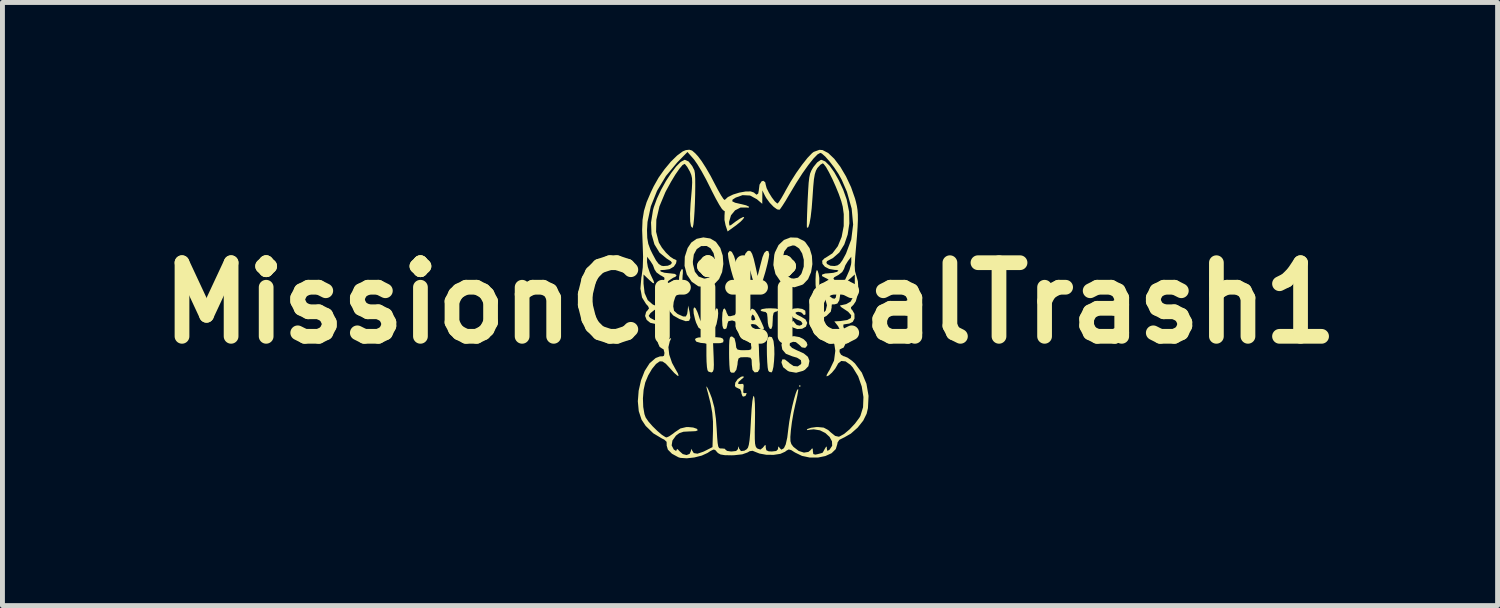
<source format=kicad_pcb>
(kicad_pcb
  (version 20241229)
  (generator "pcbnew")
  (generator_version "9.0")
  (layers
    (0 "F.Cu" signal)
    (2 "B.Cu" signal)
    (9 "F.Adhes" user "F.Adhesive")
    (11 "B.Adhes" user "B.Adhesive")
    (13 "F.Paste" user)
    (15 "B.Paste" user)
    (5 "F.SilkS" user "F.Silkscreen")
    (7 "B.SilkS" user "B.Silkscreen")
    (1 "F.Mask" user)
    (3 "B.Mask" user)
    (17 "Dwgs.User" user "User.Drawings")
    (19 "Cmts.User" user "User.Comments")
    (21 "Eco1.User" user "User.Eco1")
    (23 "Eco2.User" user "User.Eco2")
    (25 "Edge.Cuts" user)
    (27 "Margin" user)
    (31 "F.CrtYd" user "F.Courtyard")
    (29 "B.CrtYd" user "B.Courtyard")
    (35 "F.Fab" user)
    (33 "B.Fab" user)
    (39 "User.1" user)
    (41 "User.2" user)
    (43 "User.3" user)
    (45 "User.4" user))
  (footprint "MissionCriticalTrash1"
    (layer "F.Cu")
    (at 12.229 3.123)
    (property "Reference" "MissionCriticalTrash1" (at 0 0 0) (layer "F.SilkS") (effects (font (size 1.5 1.5) (thickness 0.3))))
    (attr board_only exclude_from_pos_files exclude_from_bom)
    (fp_poly (pts (xy 1.032 1.69) (xy 1.014 1.708) (xy 0.996 1.69) (xy 1.014 1.672)) (stroke (width 0) (type solid)) (fill yes) (layer "F.SilkS"))
    (fp_poly (pts (xy 0.731 0.146) (xy 0.729 0.199) (xy 0.702 0.238) (xy 0.664 0.268) (xy 0.65 0.241) (xy 0.649 0.199) (xy 0.663 0.125) (xy 0.696 0.11)) (stroke (width 0) (type solid)) (fill yes) (layer "F.SilkS"))
    (fp_poly (pts (xy 1.376 -0.662) (xy 1.398 -0.59) (xy 1.411 -0.511) (xy 1.41 -0.387) (xy 1.381 -0.311) (xy 1.356 -0.286) (xy 1.342 -0.302) (xy 1.335 -0.37) (xy 1.334 -0.478) (xy 1.34 -0.605) (xy 1.355 -0.667)) (stroke (width 0) (type solid)) (fill yes) (layer "F.SilkS"))
    (fp_poly (pts (xy -1.369 -0.677) (xy -1.369 -0.602) (xy -1.374 -0.559) (xy -1.379 -0.431) (xy -1.359 -0.333) (xy -1.355 -0.325) (xy -1.333 -0.264) (xy -1.351 -0.249) (xy -1.392 -0.278) (xy -1.428 -0.335) (xy -1.447 -0.423) (xy -1.445 -0.531) (xy -1.425 -0.63) (xy -1.391 -0.691) (xy -1.386 -0.694)) (stroke (width 0) (type solid)) (fill yes) (layer "F.SilkS"))
    (fp_poly (pts (xy 0.446 0.697) (xy 0.476 0.767) (xy 0.48 0.789) (xy 0.493 0.905) (xy 0.496 1.041) (xy 0.489 1.18) (xy 0.476 1.301) (xy 0.456 1.385) (xy 0.436 1.414) (xy 0.387 1.399) (xy 0.37 1.372) (xy 0.359 1.312) (xy 0.35 1.201) (xy 0.344 1.06) (xy 0.343 1.006) (xy 0.342 0.854) (xy 0.348 0.759) (xy 0.363 0.708) (xy 0.388 0.686) (xy 0.398 0.684)) (stroke (width 0) (type solid)) (fill yes) (layer "F.SilkS"))
    (fp_poly (pts (xy 0.526 0.112) (xy 0.584 0.128) (xy 0.587 0.142) (xy 0.536 0.175) (xy 0.514 0.178) (xy 0.481 0.199) (xy 0.465 0.271) (xy 0.462 0.356) (xy 0.455 0.468) (xy 0.434 0.527) (xy 0.404 0.526) (xy 0.377 0.477) (xy 0.362 0.404) (xy 0.356 0.303) (xy 0.356 0.299) (xy 0.347 0.215) (xy 0.315 0.181) (xy 0.285 0.178) (xy 0.227 0.163) (xy 0.213 0.142) (xy 0.246 0.123) (xy 0.329 0.11) (xy 0.411 0.107)) (stroke (width 0) (type solid)) (fill yes) (layer "F.SilkS"))
    (fp_poly (pts (xy -0.692 0.696) (xy -0.604 0.704) (xy -0.559 0.722) (xy -0.541 0.752) (xy -0.54 0.756) (xy -0.548 0.8) (xy -0.603 0.817) (xy -0.641 0.818) (xy -0.753 0.818) (xy -0.741 1.111) (xy -0.737 1.258) (xy -0.741 1.348) (xy -0.756 1.395) (xy -0.783 1.414) (xy -0.787 1.415) (xy -0.847 1.397) (xy -0.867 1.368) (xy -0.878 1.305) (xy -0.886 1.194) (xy -0.889 1.067) (xy -0.889 0.823) (xy -1.005 0.812) (xy -1.093 0.788) (xy -1.121 0.747) (xy -1.107 0.72) (xy -1.058 0.703) (xy -0.962 0.695) (xy -0.836 0.694)) (stroke (width 0) (type solid)) (fill yes) (layer "F.SilkS"))
    (fp_poly (pts (xy -0.121 1.504) (xy -0.156 1.539) (xy -0.17 1.549) (xy -0.233 1.606) (xy -0.245 1.644) (xy -0.203 1.652) (xy -0.184 1.648) (xy -0.14 1.647) (xy -0.129 1.686) (xy -0.135 1.746) (xy -0.139 1.823) (xy -0.117 1.838) (xy -0.112 1.835) (xy -0.075 1.833) (xy -0.071 1.846) (xy -0.094 1.894) (xy -0.139 1.906) (xy -0.155 1.896) (xy -0.175 1.845) (xy -0.178 1.808) (xy -0.202 1.754) (xy -0.232 1.743) (xy -0.291 1.714) (xy -0.308 1.688) (xy -0.301 1.622) (xy -0.252 1.551) (xy -0.183 1.502) (xy -0.147 1.494)) (stroke (width 0) (type solid)) (fill yes) (layer "F.SilkS"))
    (fp_poly (pts (xy -1.112 0.103) (xy -1.074 0.179) (xy -1.059 0.219) (xy -1.008 0.374) (xy -0.982 0.24) (xy -0.95 0.141) (xy -0.905 0.112) (xy -0.853 0.152) (xy -0.809 0.237) (xy -0.757 0.368) (xy -0.733 0.237) (xy -0.705 0.137) (xy -0.677 0.103) (xy -0.656 0.129) (xy -0.649 0.21) (xy -0.656 0.293) (xy -0.684 0.433) (xy -0.722 0.514) (xy -0.764 0.533) (xy -0.805 0.487) (xy -0.836 0.391) (xy -0.866 0.297) (xy -0.896 0.273) (xy -0.923 0.321) (xy -0.939 0.392) (xy -0.967 0.496) (xy -1.006 0.532) (xy -1.051 0.5) (xy -1.098 0.402) (xy -1.12 0.333) (xy -1.148 0.211) (xy -1.153 0.127) (xy -1.14 0.088)) (stroke (width 0) (type solid)) (fill yes) (layer "F.SilkS"))
    (fp_poly (pts (xy 0.093 0.14) (xy 0.155 0.232) (xy 0.191 0.302) (xy 0.24 0.408) (xy 0.274 0.487) (xy 0.285 0.517) (xy 0.261 0.537) (xy 0.212 0.525) (xy 0.17 0.491) (xy 0.165 0.48) (xy 0.118 0.44) (xy 0.054 0.427) (xy -0.018 0.445) (xy -0.036 0.48) (xy -0.058 0.529) (xy -0.107 0.521) (xy -0.115 0.513) (xy -0.12 0.466) (xy -0.098 0.38) (xy -0.062 0.282) (xy 0.026 0.282) (xy 0.028 0.343) (xy 0.057 0.356) (xy 0.102 0.34) (xy 0.106 0.329) (xy 0.089 0.278) (xy 0.076 0.255) (xy 0.048 0.233) (xy 0.027 0.277) (xy 0.026 0.282) (xy -0.062 0.282) (xy -0.061 0.279) (xy -0.017 0.186) (xy 0.025 0.125) (xy 0.043 0.114)) (stroke (width 0) (type solid)) (fill yes) (layer "F.SilkS"))
    (fp_poly (pts (xy -0.217 0.135) (xy -0.213 0.155) (xy -0.209 0.218) (xy -0.197 0.32) (xy -0.191 0.369) (xy -0.181 0.47) (xy -0.19 0.52) (xy -0.222 0.534) (xy -0.226 0.534) (xy -0.274 0.504) (xy -0.285 0.445) (xy -0.299 0.377) (xy -0.357 0.356) (xy -0.374 0.356) (xy -0.441 0.37) (xy -0.462 0.428) (xy -0.462 0.445) (xy -0.481 0.516) (xy -0.516 0.534) (xy -0.547 0.517) (xy -0.563 0.459) (xy -0.569 0.346) (xy -0.569 0.32) (xy -0.562 0.196) (xy -0.543 0.124) (xy -0.517 0.109) (xy -0.489 0.157) (xy -0.477 0.198) (xy -0.442 0.265) (xy -0.402 0.269) (xy -0.335 0.251) (xy -0.317 0.249) (xy -0.291 0.219) (xy -0.285 0.178) (xy -0.27 0.12) (xy -0.249 0.107)) (stroke (width 0) (type solid)) (fill yes) (layer "F.SilkS"))
    (fp_poly (pts (xy 1.063 0.12) (xy 1.121 0.152) (xy 1.126 0.162) (xy 1.13 0.223) (xy 1.12 0.242) (xy 1.087 0.239) (xy 1.077 0.222) (xy 1.04 0.19) (xy 0.981 0.178) (xy 0.933 0.189) (xy 0.925 0.206) (xy 0.955 0.236) (xy 1.026 0.272) (xy 1.032 0.274) (xy 1.128 0.332) (xy 1.166 0.405) (xy 1.138 0.481) (xy 1.062 0.524) (xy 0.962 0.53) (xy 0.874 0.498) (xy 0.853 0.479) (xy 0.826 0.421) (xy 0.847 0.384) (xy 0.886 0.367) (xy 0.91 0.403) (xy 0.952 0.448) (xy 1.012 0.461) (xy 1.058 0.44) (xy 1.067 0.412) (xy 1.036 0.37) (xy 0.962 0.338) (xy 0.962 0.338) (xy 0.876 0.295) (xy 0.828 0.225) (xy 0.832 0.15) (xy 0.836 0.143) (xy 0.889 0.113) (xy 0.975 0.106)) (stroke (width 0) (type solid)) (fill yes) (layer "F.SilkS"))
    (fp_poly (pts (xy -0.811 -1.315) (xy -0.696 -1.247) (xy -0.606 -1.122) (xy -0.556 -0.966) (xy -0.544 -0.796) (xy -0.569 -0.63) (xy -0.631 -0.488) (xy -0.727 -0.386) (xy -0.752 -0.371) (xy -0.909 -0.321) (xy -1.053 -0.341) (xy -1.185 -0.432) (xy -1.19 -0.436) (xy -1.288 -0.582) (xy -1.334 -0.757) (xy -1.332 -0.841) (xy -1.165 -0.841) (xy -1.162 -0.79) (xy -1.124 -0.638) (xy -1.047 -0.539) (xy -0.938 -0.499) (xy -0.92 -0.498) (xy -0.834 -0.519) (xy -0.771 -0.592) (xy -0.766 -0.603) (xy -0.72 -0.742) (xy -0.714 -0.886) (xy -0.743 -1.016) (xy -0.805 -1.116) (xy -0.883 -1.162) (xy -0.996 -1.16) (xy -1.086 -1.098) (xy -1.145 -0.989) (xy -1.165 -0.841) (xy -1.332 -0.841) (xy -1.329 -0.943) (xy -1.271 -1.121) (xy -1.197 -1.232) (xy -1.088 -1.308) (xy -0.951 -1.337)) (stroke (width 0) (type solid)) (fill yes) (layer "F.SilkS"))
    (fp_poly (pts (xy 0.964 -1.331) (xy 1.098 -1.264) (xy 1.126 -1.24) (xy 1.213 -1.117) (xy 1.26 -0.962) (xy 1.27 -0.793) (xy 1.243 -0.628) (xy 1.182 -0.486) (xy 1.086 -0.385) (xy 1.062 -0.371) (xy 0.906 -0.321) (xy 0.762 -0.341) (xy 0.629 -0.431) (xy 0.622 -0.438) (xy 0.518 -0.59) (xy 0.475 -0.774) (xy 0.48 -0.836) (xy 0.658 -0.836) (xy 0.679 -0.668) (xy 0.74 -0.557) (xy 0.842 -0.503) (xy 0.894 -0.498) (xy 0.977 -0.517) (xy 1.038 -0.584) (xy 1.052 -0.611) (xy 1.094 -0.742) (xy 1.095 -0.881) (xy 1.062 -1.009) (xy 1 -1.111) (xy 0.915 -1.168) (xy 0.872 -1.174) (xy 0.769 -1.142) (xy 0.697 -1.051) (xy 0.662 -0.908) (xy 0.658 -0.836) (xy 0.48 -0.836) (xy 0.494 -0.981) (xy 0.507 -1.031) (xy 0.581 -1.182) (xy 0.691 -1.285) (xy 0.823 -1.336)) (stroke (width 0) (type solid)) (fill yes) (layer "F.SilkS"))
    (fp_poly (pts (xy 1.007 0.694) (xy 1.093 0.738) (xy 1.151 0.796) (xy 1.17 0.855) (xy 1.138 0.903) (xy 1.118 0.913) (xy 1.054 0.903) (xy 1.008 0.856) (xy 0.933 0.796) (xy 0.877 0.79) (xy 0.812 0.816) (xy 0.807 0.862) (xy 0.857 0.915) (xy 0.946 0.959) (xy 1.094 1.026) (xy 1.179 1.096) (xy 1.209 1.175) (xy 1.209 1.187) (xy 1.189 1.287) (xy 1.119 1.359) (xy 1.078 1.382) (xy 0.939 1.42) (xy 0.798 1.396) (xy 0.765 1.38) (xy 0.674 1.307) (xy 0.642 1.217) (xy 0.641 1.201) (xy 0.659 1.147) (xy 0.71 1.15) (xy 0.787 1.21) (xy 0.801 1.225) (xy 0.886 1.283) (xy 0.971 1.291) (xy 1.034 1.248) (xy 1.045 1.226) (xy 1.036 1.164) (xy 0.958 1.114) (xy 0.862 1.086) (xy 0.73 1.034) (xy 0.657 0.947) (xy 0.64 0.852) (xy 0.666 0.755) (xy 0.747 0.697) (xy 0.886 0.676) (xy 0.905 0.676)) (stroke (width 0) (type solid)) (fill yes) (layer "F.SilkS"))
    (fp_poly (pts (xy -0.316 0.72) (xy -0.292 0.817) (xy -0.291 0.827) (xy -0.281 0.909) (xy -0.255 0.948) (xy -0.192 0.96) (xy -0.12 0.961) (xy -0.022 0.958) (xy 0.022 0.943) (xy 0.028 0.903) (xy 0.021 0.863) (xy 0.018 0.762) (xy 0.05 0.697) (xy 0.11 0.684) (xy 0.121 0.687) (xy 0.155 0.719) (xy 0.173 0.792) (xy 0.181 0.92) (xy 0.181 0.933) (xy 0.185 1.067) (xy 0.192 1.185) (xy 0.198 1.245) (xy 0.195 1.344) (xy 0.158 1.405) (xy 0.096 1.413) (xy 0.093 1.411) (xy 0.05 1.363) (xy 0.036 1.255) (xy 0.036 1.246) (xy 0.032 1.155) (xy 0.009 1.114) (xy -0.055 1.103) (xy -0.105 1.103) (xy -0.193 1.106) (xy -0.235 1.13) (xy -0.251 1.194) (xy -0.256 1.254) (xy -0.279 1.36) (xy -0.323 1.418) (xy -0.379 1.418) (xy -0.402 1.4) (xy -0.413 1.356) (xy -0.421 1.258) (xy -0.426 1.121) (xy -0.427 1.023) (xy -0.426 0.862) (xy -0.421 0.76) (xy -0.41 0.704) (xy -0.39 0.683) (xy -0.365 0.682)) (stroke (width 0) (type solid)) (fill yes) (layer "F.SilkS"))
    (fp_poly (pts (xy 0.013 -1.052) (xy 0.043 -1) (xy 0.075 -0.901) (xy 0.112 -0.744) (xy 0.127 -0.676) (xy 0.154 -0.551) (xy 0.186 -0.676) (xy 0.218 -0.801) (xy 0.252 -0.93) (xy 0.253 -0.934) (xy 0.289 -1.021) (xy 0.334 -1.064) (xy 0.372 -1.058) (xy 0.39 -0.998) (xy 0.39 -0.987) (xy 0.38 -0.916) (xy 0.355 -0.799) (xy 0.319 -0.659) (xy 0.309 -0.623) (xy 0.265 -0.478) (xy 0.23 -0.391) (xy 0.195 -0.348) (xy 0.159 -0.338) (xy 0.114 -0.353) (xy 0.079 -0.407) (xy 0.044 -0.515) (xy 0.037 -0.543) (xy 0.006 -0.651) (xy -0.021 -0.725) (xy -0.036 -0.747) (xy -0.053 -0.715) (xy -0.078 -0.632) (xy -0.101 -0.534) (xy -0.139 -0.396) (xy -0.183 -0.328) (xy -0.236 -0.327) (xy -0.278 -0.366) (xy -0.31 -0.428) (xy -0.348 -0.535) (xy -0.386 -0.667) (xy -0.419 -0.803) (xy -0.442 -0.921) (xy -0.45 -1.002) (xy -0.448 -1.019) (xy -0.413 -1.064) (xy -0.371 -1.042) (xy -0.327 -0.958) (xy -0.283 -0.817) (xy -0.282 -0.816) (xy -0.224 -0.587) (xy -0.182 -0.747) (xy -0.135 -0.908) (xy -0.093 -1.009) (xy -0.051 -1.058) (xy -0.02 -1.067)) (stroke (width 0) (type solid)) (fill yes) (layer "F.SilkS"))
    (fp_poly (pts (xy -1.181 -3.106) (xy -1.116 -3.05) (xy -1.058 -2.987) (xy -0.987 -2.892) (xy -0.898 -2.753) (xy -0.803 -2.589) (xy -0.73 -2.449) (xy -0.654 -2.305) (xy -0.589 -2.191) (xy -0.541 -2.119) (xy -0.516 -2.099) (xy -0.515 -2.1) (xy -0.451 -2.159) (xy -0.346 -2.21) (xy -0.22 -2.249) (xy -0.093 -2.272) (xy 0.014 -2.274) (xy 0.081 -2.25) (xy 0.089 -2.241) (xy 0.133 -2.206) (xy 0.167 -2.232) (xy 0.178 -2.292) (xy 0.193 -2.412) (xy 0.235 -2.479) (xy 0.271 -2.49) (xy 0.309 -2.46) (xy 0.32 -2.407) (xy 0.338 -2.34) (xy 0.384 -2.248) (xy 0.444 -2.151) (xy 0.504 -2.072) (xy 0.552 -2.03) (xy 0.561 -2.028) (xy 0.588 -2.058) (xy 0.638 -2.136) (xy 0.702 -2.248) (xy 0.723 -2.288) (xy 0.825 -2.468) (xy 0.94 -2.649) (xy 1.059 -2.816) (xy 1.17 -2.956) (xy 1.263 -3.053) (xy 1.297 -3.079) (xy 1.413 -3.121) (xy 1.477 -3.116) (xy 1.592 -3.056) (xy 1.715 -2.939) (xy 1.839 -2.776) (xy 1.955 -2.579) (xy 2.058 -2.36) (xy 2.138 -2.131) (xy 2.156 -2.065) (xy 2.176 -1.979) (xy 2.189 -1.896) (xy 2.196 -1.804) (xy 2.197 -1.694) (xy 2.191 -1.553) (xy 2.179 -1.37) (xy 2.159 -1.136) (xy 2.142 -0.943) (xy 2.132 -0.771) (xy 2.138 -0.651) (xy 2.162 -0.565) (xy 2.165 -0.557) (xy 2.197 -0.442) (xy 2.205 -0.3) (xy 2.189 -0.156) (xy 2.154 -0.035) (xy 2.106 0.037) (xy 2.056 0.086) (xy 2.06 0.122) (xy 2.082 0.143) (xy 2.127 0.22) (xy 2.128 0.316) (xy 2.092 0.384) (xy 2.024 0.418) (xy 1.963 0.427) (xy 1.903 0.437) (xy 1.9 0.477) (xy 1.904 0.489) (xy 1.941 0.612) (xy 1.952 0.735) (xy 1.94 0.841) (xy 1.905 0.909) (xy 1.867 0.925) (xy 1.825 0.947) (xy 1.823 0.998) (xy 1.853 1.052) (xy 1.907 1.084) (xy 1.918 1.085) (xy 1.987 1.113) (xy 2.078 1.177) (xy 2.137 1.231) (xy 2.277 1.418) (xy 2.371 1.644) (xy 2.414 1.891) (xy 2.402 2.14) (xy 2.375 2.255) (xy 2.306 2.395) (xy 2.192 2.538) (xy 2.054 2.66) (xy 1.914 2.74) (xy 1.908 2.742) (xy 1.817 2.788) (xy 1.781 2.845) (xy 1.779 2.869) (xy 1.747 2.975) (xy 1.661 3.059) (xy 1.534 3.117) (xy 1.382 3.148) (xy 1.219 3.148) (xy 1.058 3.114) (xy 0.916 3.045) (xy 0.837 2.995) (xy 0.788 2.983) (xy 0.74 3.008) (xy 0.714 3.029) (xy 0.618 3.072) (xy 0.481 3.093) (xy 0.33 3.091) (xy 0.192 3.066) (xy 0.131 3.042) (xy 0.052 3.01) (xy -0.007 3.018) (xy -0.054 3.045) (xy -0.158 3.082) (xy -0.321 3.1) (xy -0.379 3.102) (xy -0.516 3.099) (xy -0.601 3.085) (xy -0.654 3.056) (xy -0.675 3.033) (xy -0.711 2.992) (xy -0.746 2.985) (xy -0.804 3.013) (xy -0.866 3.054) (xy -0.984 3.108) (xy -1.135 3.146) (xy -1.29 3.163) (xy -1.42 3.154) (xy -1.459 3.142) (xy -1.591 3.07) (xy -1.674 2.986) (xy -1.699 2.901) (xy -1.698 2.893) (xy -1.7 2.827) (xy -1.748 2.782) (xy -1.792 2.761) (xy -1.971 2.654) (xy -2.126 2.503) (xy -2.21 2.376) (xy -2.267 2.202) (xy -2.286 2) (xy -2.281 1.942) (xy -2.182 1.942) (xy -2.176 2.116) (xy -2.151 2.263) (xy -2.126 2.332) (xy -2.07 2.414) (xy -1.986 2.51) (xy -1.889 2.605) (xy -1.797 2.684) (xy -1.724 2.731) (xy -1.699 2.738) (xy -1.647 2.715) (xy -1.567 2.66) (xy -1.531 2.631) (xy -1.418 2.555) (xy -1.3 2.527) (xy -1.26 2.526) (xy -1.158 2.536) (xy -1.086 2.561) (xy -1.075 2.57) (xy -1.068 2.596) (xy -1.111 2.61) (xy -1.213 2.615) (xy -1.227 2.615) (xy -1.356 2.622) (xy -1.444 2.652) (xy -1.509 2.701) (xy -1.581 2.801) (xy -1.597 2.9) (xy -1.554 2.983) (xy -1.547 2.988) (xy -1.505 3.014) (xy -1.494 2.986) (xy -1.494 2.985) (xy -1.478 2.974) (xy -1.439 3.016) (xy -1.37 3.077) (xy -1.293 3.097) (xy -1.231 3.073) (xy -1.205 3.015) (xy -1.199 2.969) (xy -1.186 2.992) (xy -1.186 2.994) (xy -1.146 3.057) (xy -1.071 3.069) (xy -0.953 3.029) (xy -0.919 3.013) (xy -0.765 2.935) (xy -0.755 2.607) (xy -0.755 2.414) (xy -0.77 2.235) (xy -0.804 2.047) (xy -0.86 1.824) (xy -0.878 1.761) (xy -0.89 1.704) (xy -0.881 1.703) (xy -0.856 1.749) (xy -0.819 1.832) (xy -0.777 1.942) (xy -0.777 1.943) (xy -0.728 2.125) (xy -0.695 2.36) (xy -0.68 2.561) (xy -0.67 2.737) (xy -0.66 2.853) (xy -0.648 2.921) (xy -0.63 2.954) (xy -0.604 2.963) (xy -0.578 2.962) (xy -0.516 2.968) (xy -0.498 2.989) (xy -0.467 3.012) (xy -0.39 3.024) (xy -0.374 3.024) (xy -0.284 3.014) (xy -0.248 2.978) (xy -0.245 2.962) (xy -0.24 2.918) (xy -0.229 2.943) (xy -0.224 2.962) (xy -0.185 3.016) (xy -0.116 3.008) (xy -0.067 2.978) (xy -0.043 2.947) (xy -0.025 2.889) (xy -0.01 2.794) (xy 0.003 2.651) (xy 0.015 2.449) (xy 0.018 2.388) (xy 0.032 2.158) (xy 0.047 2) (xy 0.063 1.91) (xy 0.078 1.89) (xy 0.09 1.938) (xy 0.099 2.053) (xy 0.102 2.234) (xy 0.1 2.433) (xy 0.096 2.631) (xy 0.097 2.77) (xy 0.102 2.862) (xy 0.114 2.918) (xy 0.133 2.95) (xy 0.153 2.966) (xy 0.212 2.985) (xy 0.262 2.946) (xy 0.269 2.937) (xy 0.307 2.89) (xy 0.319 2.903) (xy 0.32 2.946) (xy 0.332 2.999) (xy 0.38 3.021) (xy 0.445 3.024) (xy 0.533 3.014) (xy 0.567 2.981) (xy 0.57 2.962) (xy 0.576 2.92) (xy 0.6 2.946) (xy 0.604 2.953) (xy 0.637 2.987) (xy 0.676 2.967) (xy 0.693 2.951) (xy 0.727 2.88) (xy 0.758 2.741) (xy 0.78 2.56) (xy 0.799 2.417) (xy 0.827 2.259) (xy 0.86 2.102) (xy 0.896 1.958) (xy 0.93 1.843) (xy 0.959 1.769) (xy 0.981 1.752) (xy 0.981 1.752) (xy 0.98 1.791) (xy 0.964 1.882) (xy 0.937 2.007) (xy 0.926 2.05) (xy 0.887 2.229) (xy 0.853 2.424) (xy 0.832 2.591) (xy 0.821 2.727) (xy 0.823 2.814) (xy 0.841 2.873) (xy 0.878 2.923) (xy 0.889 2.934) (xy 0.991 3.013) (xy 1.098 3.047) (xy 1.189 3.033) (xy 1.229 3.001) (xy 1.266 2.958) (xy 1.278 2.977) (xy 1.28 3.019) (xy 1.289 3.077) (xy 1.331 3.088) (xy 1.378 3.078) (xy 1.45 3.059) (xy 1.48 3.048) (xy 1.498 3.016) (xy 1.523 2.97) (xy 1.553 2.922) (xy 1.563 2.935) (xy 1.564 2.966) (xy 1.574 3.011) (xy 1.611 2.994) (xy 1.619 2.988) (xy 1.673 2.908) (xy 1.669 2.817) (xy 1.62 2.727) (xy 1.534 2.648) (xy 1.424 2.593) (xy 1.299 2.573) (xy 1.233 2.579) (xy 1.164 2.589) (xy 1.157 2.577) (xy 1.174 2.564) (xy 1.242 2.541) (xy 1.346 2.527) (xy 1.381 2.526) (xy 1.5 2.538) (xy 1.591 2.586) (xy 1.643 2.634) (xy 1.734 2.707) (xy 1.807 2.723) (xy 1.822 2.719) (xy 1.916 2.667) (xy 2.028 2.573) (xy 2.137 2.457) (xy 2.225 2.339) (xy 2.248 2.299) (xy 2.302 2.123) (xy 2.31 1.916) (xy 2.275 1.7) (xy 2.202 1.492) (xy 2.094 1.315) (xy 2.044 1.258) (xy 1.946 1.189) (xy 1.859 1.18) (xy 1.794 1.231) (xy 1.78 1.259) (xy 1.735 1.337) (xy 1.669 1.417) (xy 1.601 1.477) (xy 1.56 1.494) (xy 1.56 1.468) (xy 1.595 1.403) (xy 1.619 1.366) (xy 1.711 1.173) (xy 1.737 0.972) (xy 1.718 0.845) (xy 1.681 0.709) (xy 1.769 0.767) (xy 1.837 0.802) (xy 1.875 0.805) (xy 1.885 0.753) (xy 1.87 0.663) (xy 1.838 0.562) (xy 1.795 0.475) (xy 1.782 0.457) (xy 1.717 0.374) (xy 1.841 0.367) (xy 1.98 0.346) (xy 2.054 0.306) (xy 2.061 0.249) (xy 1.999 0.178) (xy 1.933 0.134) (xy 1.861 0.086) (xy 1.831 0.055) (xy 1.835 0.05) (xy 1.892 0.037) (xy 1.959 0.022) (xy 2.049 -0.029) (xy 2.107 -0.138) (xy 2.133 -0.307) (xy 2.134 -0.381) (xy 2.134 -0.582) (xy 2.054 -0.51) (xy 1.967 -0.437) (xy 1.925 -0.418) (xy 1.927 -0.455) (xy 1.971 -0.548) (xy 1.974 -0.554) (xy 2.026 -0.673) (xy 2.058 -0.787) (xy 2.063 -0.832) (xy 2.062 -0.943) (xy 1.993 -0.854) (xy 1.94 -0.767) (xy 1.914 -0.694) (xy 1.877 -0.631) (xy 1.8 -0.571) (xy 1.788 -0.565) (xy 1.715 -0.525) (xy 1.698 -0.496) (xy 1.729 -0.458) (xy 1.74 -0.447) (xy 1.796 -0.367) (xy 1.827 -0.263) (xy 1.834 -0.153) (xy 1.818 -0.056) (xy 1.779 0.01) (xy 1.719 0.028) (xy 1.713 0.027) (xy 1.666 0.028) (xy 1.661 0.079) (xy 1.663 0.086) (xy 1.645 0.176) (xy 1.558 0.262) (xy 1.42 0.334) (xy 1.307 0.367) (xy 1.242 0.349) (xy 1.221 0.276) (xy 1.23 0.193) (xy 1.249 0.111) (xy 1.265 0.094) (xy 1.281 0.125) (xy 1.295 0.203) (xy 1.29 0.24) (xy 1.295 0.279) (xy 1.353 0.276) (xy 1.457 0.232) (xy 1.46 0.23) (xy 1.542 0.153) (xy 1.567 0.045) (xy 1.534 -0.08) (xy 1.507 -0.127) (xy 1.467 -0.204) (xy 1.475 -0.232) (xy 1.529 -0.209) (xy 1.6 -0.156) (xy 1.676 -0.098) (xy 1.72 -0.087) (xy 1.745 -0.109) (xy 1.762 -0.197) (xy 1.732 -0.305) (xy 1.668 -0.41) (xy 1.58 -0.49) (xy 1.524 -0.518) (xy 1.465 -0.55) (xy 1.469 -0.58) (xy 1.531 -0.601) (xy 1.592 -0.605) (xy 1.695 -0.615) (xy 1.772 -0.636) (xy 1.779 -0.64) (xy 1.801 -0.664) (xy 1.762 -0.674) (xy 1.724 -0.675) (xy 1.612 -0.694) (xy 1.525 -0.739) (xy 1.475 -0.799) (xy 1.469 -0.861) (xy 1.519 -0.913) (xy 1.539 -0.922) (xy 1.678 -1.012) (xy 1.788 -1.158) (xy 1.866 -1.347) (xy 1.908 -1.568) (xy 1.909 -1.81) (xy 1.888 -1.964) (xy 1.858 -2.077) (xy 1.809 -2.218) (xy 1.746 -2.372) (xy 1.678 -2.524) (xy 1.609 -2.662) (xy 1.548 -2.77) (xy 1.499 -2.834) (xy 1.48 -2.845) (xy 1.434 -2.818) (xy 1.375 -2.754) (xy 1.371 -2.749) (xy 1.342 -2.696) (xy 1.319 -2.623) (xy 1.301 -2.518) (xy 1.287 -2.366) (xy 1.273 -2.159) (xy 1.256 -1.935) (xy 1.235 -1.754) (xy 1.212 -1.621) (xy 1.187 -1.545) (xy 1.162 -1.532) (xy 1.159 -1.536) (xy 1.157 -1.573) (xy 1.158 -1.67) (xy 1.162 -1.812) (xy 1.169 -1.988) (xy 1.173 -2.089) (xy 1.184 -2.298) (xy 1.194 -2.451) (xy 1.207 -2.559) (xy 1.224 -2.638) (xy 1.249 -2.699) (xy 1.283 -2.758) (xy 1.293 -2.773) (xy 1.367 -2.864) (xy 1.436 -2.913) (xy 1.456 -2.917) (xy 1.531 -2.885) (xy 1.621 -2.797) (xy 1.716 -2.664) (xy 1.81 -2.497) (xy 1.897 -2.31) (xy 1.967 -2.112) (xy 1.97 -2.101) (xy 2.018 -1.861) (xy 2.023 -1.622) (xy 1.989 -1.395) (xy 1.92 -1.193) (xy 1.818 -1.029) (xy 1.687 -0.915) (xy 1.638 -0.89) (xy 1.567 -0.853) (xy 1.555 -0.819) (xy 1.571 -0.794) (xy 1.637 -0.76) (xy 1.722 -0.754) (xy 1.782 -0.767) (xy 1.831 -0.802) (xy 1.882 -0.872) (xy 1.947 -0.992) (xy 1.956 -1.01) (xy 2.062 -1.295) (xy 2.1 -1.6) (xy 2.07 -1.924) (xy 1.974 -2.265) (xy 1.869 -2.508) (xy 1.8 -2.633) (xy 1.713 -2.763) (xy 1.62 -2.884) (xy 1.533 -2.983) (xy 1.463 -3.045) (xy 1.431 -3.059) (xy 1.375 -3.028) (xy 1.292 -2.943) (xy 1.187 -2.811) (xy 1.067 -2.642) (xy 0.939 -2.443) (xy 0.807 -2.222) (xy 0.802 -2.215) (xy 0.726 -2.085) (xy 0.659 -1.98) (xy 0.613 -1.914) (xy 0.599 -1.9) (xy 0.551 -1.908) (xy 0.48 -1.96) (xy 0.402 -2.041) (xy 0.332 -2.136) (xy 0.305 -2.183) (xy 0.251 -2.295) (xy 0.25 -2.158) (xy 0.249 -2.021) (xy 0.14 -2.114) (xy 0.000029 -2.19) (xy -0.152 -2.198) (xy -0.292 -2.148) (xy -0.357 -2.106) (xy -0.362 -2.072) (xy -0.303 -2.043) (xy -0.176 -2.014) (xy -0.17 -2.013) (xy -0.079 -1.99) (xy -0.024 -1.964) (xy -0.019 -1.959) (xy -0.031 -1.941) (xy -0.071 -1.946) (xy -0.194 -1.945) (xy -0.305 -1.888) (xy -0.388 -1.787) (xy -0.426 -1.658) (xy -0.427 -1.634) (xy -0.421 -1.579) (xy -0.391 -1.586) (xy -0.365 -1.606) (xy -0.288 -1.664) (xy -0.206 -1.719) (xy -0.139 -1.753) (xy -0.119 -1.748) (xy -0.14 -1.712) (xy -0.195 -1.655) (xy -0.28 -1.586) (xy -0.302 -1.57) (xy -0.457 -1.458) (xy -0.499 -1.585) (xy -0.521 -1.694) (xy -0.52 -1.791) (xy -0.519 -1.798) (xy -0.515 -1.87) (xy -0.542 -1.886) (xy -0.573 -1.917) (xy -0.627 -2.001) (xy -0.697 -2.126) (xy -0.777 -2.281) (xy -0.806 -2.34) (xy -0.896 -2.519) (xy -0.988 -2.687) (xy -1.073 -2.827) (xy -1.14 -2.923) (xy -1.15 -2.935) (xy -1.275 -3.077) (xy -1.485 -2.862) (xy -1.713 -2.588) (xy -1.894 -2.287) (xy -2.021 -1.97) (xy -2.089 -1.651) (xy -2.099 -1.483) (xy -2.094 -1.327) (xy -2.073 -1.206) (xy -2.029 -1.086) (xy -1.983 -0.993) (xy -1.916 -0.869) (xy -1.862 -0.797) (xy -1.809 -0.762) (xy -1.768 -0.753) (xy -1.675 -0.76) (xy -1.615 -0.786) (xy -1.591 -0.818) (xy -1.613 -0.852) (xy -1.689 -0.9) (xy -1.697 -0.905) (xy -1.844 -1.026) (xy -1.948 -1.196) (xy -2.007 -1.404) (xy -2.017 -1.64) (xy -1.977 -1.892) (xy -1.96 -1.953) (xy -1.897 -2.126) (xy -1.812 -2.307) (xy -1.713 -2.485) (xy -1.608 -2.646) (xy -1.506 -2.78) (xy -1.413 -2.874) (xy -1.338 -2.916) (xy -1.326 -2.917) (xy -1.252 -2.884) (xy -1.178 -2.791) (xy -1.134 -2.704) (xy -1.123 -2.642) (xy -1.117 -2.53) (xy -1.116 -2.383) (xy -1.118 -2.213) (xy -1.123 -2.036) (xy -1.131 -1.866) (xy -1.141 -1.717) (xy -1.153 -1.603) (xy -1.167 -1.539) (xy -1.174 -1.53) (xy -1.203 -1.564) (xy -1.219 -1.662) (xy -1.222 -1.82) (xy -1.211 -2.031) (xy -1.2 -2.156) (xy -1.185 -2.333) (xy -1.179 -2.456) (xy -1.182 -2.542) (xy -1.197 -2.61) (xy -1.224 -2.675) (xy -1.231 -2.687) (xy -1.28 -2.774) (xy -1.323 -2.827) (xy -1.334 -2.834) (xy -1.375 -2.811) (xy -1.439 -2.735) (xy -1.521 -2.617) (xy -1.611 -2.468) (xy -1.704 -2.298) (xy -1.725 -2.258) (xy -1.846 -1.968) (xy -1.909 -1.697) (xy -1.914 -1.451) (xy -1.859 -1.237) (xy -1.854 -1.226) (xy -1.795 -1.127) (xy -1.714 -1.027) (xy -1.627 -0.944) (xy -1.552 -0.895) (xy -1.527 -0.889) (xy -1.496 -0.866) (xy -1.508 -0.808) (xy -1.553 -0.741) (xy -1.64 -0.69) (xy -1.74 -0.675) (xy -1.818 -0.671) (xy -1.832 -0.655) (xy -1.814 -0.64) (xy -1.744 -0.617) (xy -1.643 -0.606) (xy -1.628 -0.605) (xy -1.534 -0.594) (xy -1.496 -0.568) (xy -1.519 -0.535) (xy -1.564 -0.516) (xy -1.658 -0.455) (xy -1.736 -0.353) (xy -1.777 -0.238) (xy -1.779 -0.211) (xy -1.762 -0.117) (xy -1.716 -0.087) (xy -1.642 -0.122) (xy -1.616 -0.145) (xy -1.544 -0.198) (xy -1.506 -0.198) (xy -1.51 -0.147) (xy -1.527 -0.112) (xy -1.555 -0.023) (xy -1.565 0.068) (xy -1.548 0.158) (xy -1.482 0.218) (xy -1.46 0.23) (xy -1.362 0.274) (xy -1.307 0.273) (xy -1.281 0.222) (xy -1.273 0.169) (xy -1.26 0.053) (xy -1.23 0.189) (xy -1.216 0.303) (xy -1.241 0.362) (xy -1.31 0.37) (xy -1.428 0.329) (xy -1.44 0.324) (xy -1.565 0.253) (xy -1.636 0.169) (xy -1.647 0.143) (xy -1.687 0.069) (xy -1.73 0.036) (xy -1.732 0.036) (xy -1.791 0.005) (xy -1.83 -0.075) (xy -1.847 -0.182) (xy -1.839 -0.297) (xy -1.804 -0.399) (xy -1.784 -0.43) (xy -1.742 -0.486) (xy -1.748 -0.521) (xy -1.807 -0.557) (xy -1.828 -0.567) (xy -1.906 -0.624) (xy -1.948 -0.688) (xy -1.949 -0.694) (xy -1.978 -0.773) (xy -2.029 -0.854) (xy -2.097 -0.943) (xy -2.098 -0.833) (xy -2.082 -0.736) (xy -2.041 -0.616) (xy -2.015 -0.557) (xy -1.964 -0.45) (xy -1.953 -0.402) (xy -1.982 -0.409) (xy -2.054 -0.471) (xy -2.07 -0.487) (xy -2.17 -0.582) (xy -2.17 -0.396) (xy -2.148 -0.204) (xy -2.085 -0.06) (xy -1.983 0.029) (xy -1.952 0.043) (xy -1.845 0.08) (xy -1.954 0.146) (xy -2.027 0.204) (xy -2.063 0.258) (xy -2.063 0.265) (xy -2.032 0.304) (xy -1.955 0.344) (xy -1.855 0.376) (xy -1.758 0.391) (xy -1.751 0.391) (xy -1.727 0.406) (xy -1.742 0.46) (xy -1.76 0.496) (xy -1.79 0.579) (xy -1.81 0.675) (xy -1.816 0.761) (xy -1.805 0.813) (xy -1.795 0.818) (xy -1.755 0.801) (xy -1.685 0.758) (xy -1.683 0.757) (xy -1.62 0.718) (xy -1.607 0.722) (xy -1.632 0.774) (xy -1.635 0.779) (xy -1.663 0.899) (xy -1.646 1.052) (xy -1.589 1.219) (xy -1.529 1.329) (xy -1.47 1.433) (xy -1.454 1.483) (xy -1.48 1.48) (xy -1.544 1.424) (xy -1.629 1.33) (xy -1.717 1.235) (xy -1.782 1.191) (xy -1.836 1.187) (xy -1.841 1.189) (xy -1.915 1.241) (xy -1.997 1.342) (xy -2.075 1.475) (xy -2.135 1.619) (xy -2.168 1.768) (xy -2.182 1.942) (xy -2.281 1.942) (xy -2.269 1.786) (xy -2.221 1.575) (xy -2.146 1.383) (xy -2.046 1.227) (xy -1.927 1.124) (xy -1.917 1.118) (xy -1.835 1.087) (xy -1.78 1.085) (xy -1.778 1.086) (xy -1.752 1.072) (xy -1.743 1.016) (xy -1.761 0.944) (xy -1.795 0.925) (xy -1.842 0.893) (xy -1.877 0.813) (xy -1.895 0.707) (xy -1.891 0.596) (xy -1.883 0.56) (xy -1.86 0.48) (xy -1.85 0.437) (xy -1.85 0.436) (xy -1.88 0.429) (xy -1.923 0.427) (xy -2.032 0.403) (xy -2.106 0.343) (xy -2.138 0.263) (xy -2.117 0.181) (xy -2.084 0.145) (xy -2.058 0.108) (xy -2.078 0.063) (xy -2.118 0.02) (xy -2.2 -0.113) (xy -2.233 -0.294) (xy -2.214 -0.523) (xy -2.207 -0.556) (xy -2.185 -0.726) (xy -2.179 -0.943) (xy -2.188 -1.218) (xy -2.189 -1.237) (xy -2.198 -1.49) (xy -2.19 -1.695) (xy -2.161 -1.876) (xy -2.107 -2.055) (xy -2.022 -2.254) (xy -1.962 -2.379) (xy -1.863 -2.554) (xy -1.742 -2.725) (xy -1.613 -2.88) (xy -1.485 -3.005) (xy -1.371 -3.089) (xy -1.308 -3.115) (xy -1.237 -3.123)) (stroke (width 0) (type solid)) (fill yes) (layer "F.SilkS")))
  (gr_rect
    (start -3 -3)
    (end 27.457 9.286)
    (stroke (width 0.1) (type default))
    (fill no)
    (layer "Edge.Cuts")))
</source>
